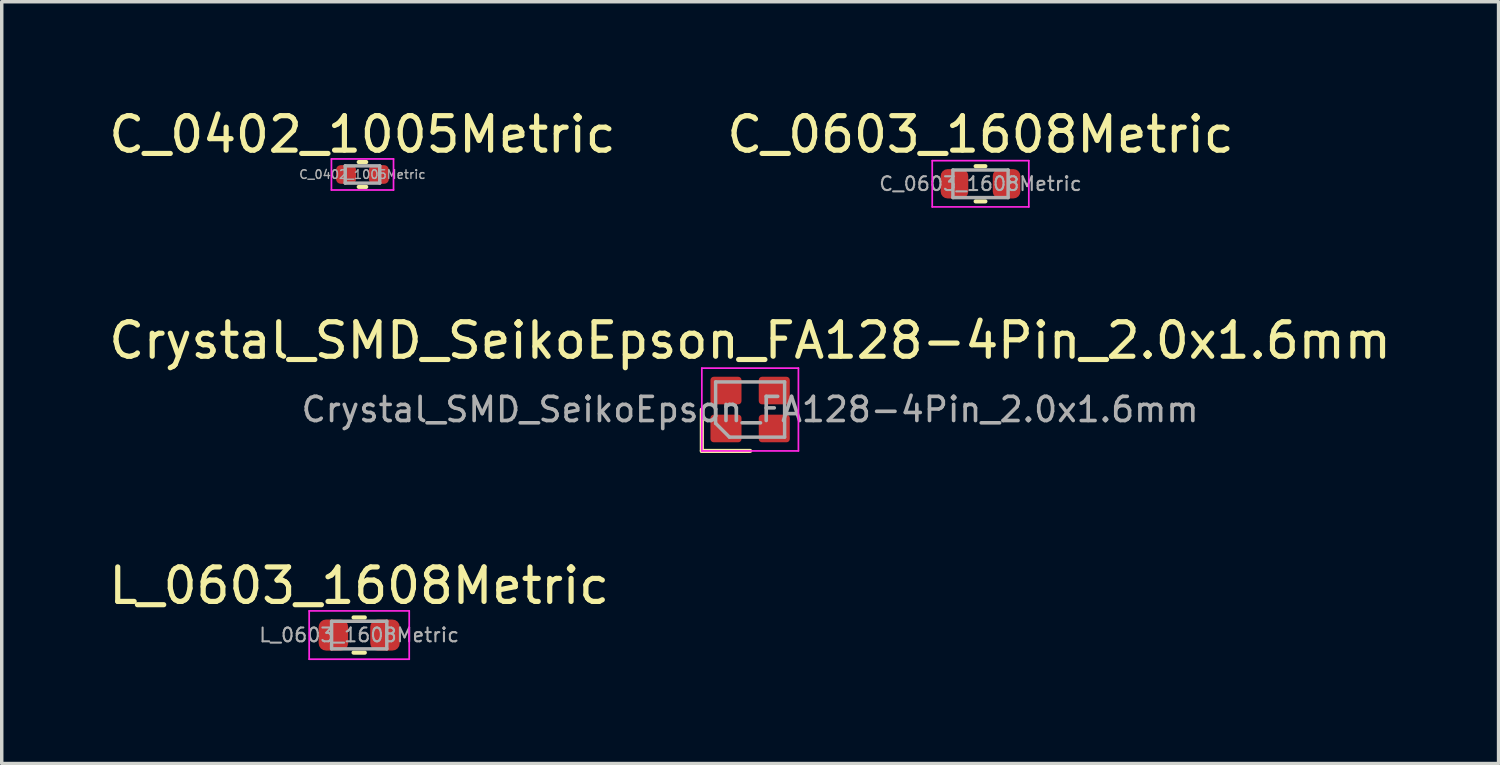
<source format=kicad_pcb>
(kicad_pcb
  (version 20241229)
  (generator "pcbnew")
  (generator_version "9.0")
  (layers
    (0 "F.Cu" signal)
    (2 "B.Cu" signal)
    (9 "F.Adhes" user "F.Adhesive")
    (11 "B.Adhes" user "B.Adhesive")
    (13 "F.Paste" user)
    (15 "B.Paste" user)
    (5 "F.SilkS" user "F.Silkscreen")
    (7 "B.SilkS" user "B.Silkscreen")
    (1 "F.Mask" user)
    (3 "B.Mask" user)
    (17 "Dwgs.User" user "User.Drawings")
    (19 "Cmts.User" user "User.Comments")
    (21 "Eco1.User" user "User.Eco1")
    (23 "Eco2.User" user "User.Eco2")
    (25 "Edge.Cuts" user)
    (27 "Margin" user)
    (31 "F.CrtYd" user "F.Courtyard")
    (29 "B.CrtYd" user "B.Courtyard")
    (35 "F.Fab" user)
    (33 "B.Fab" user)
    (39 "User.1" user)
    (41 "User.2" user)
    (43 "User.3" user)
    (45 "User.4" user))
  (footprint "C_0603_1608Metric"
    (layer "F.Cu")
    (at 25.375 2.278)
    (property "Reference" "C_0603_1608Metric" (at 0 -1.43 0) (layer "F.SilkS") (effects (font (size 1 1) (thickness 0.15))))
    (attr smd)
    (fp_line (start -0.141 -0.51) (end 0.141 -0.51) (stroke (width 0.12) (type solid)) (layer "F.SilkS"))
    (fp_line (start -0.141 0.51) (end 0.141 0.51) (stroke (width 0.12) (type solid)) (layer "F.SilkS"))
    (fp_line (start -1.4 -0.67) (end 1.4 -0.67) (stroke (width 0.05) (type solid)) (layer "F.CrtYd"))
    (fp_line (start -1.4 0.67) (end -1.4 -0.67) (stroke (width 0.05) (type solid)) (layer "F.CrtYd"))
    (fp_line (start 1.4 -0.67) (end 1.4 0.67) (stroke (width 0.05) (type solid)) (layer "F.CrtYd"))
    (fp_line (start 1.4 0.67) (end -1.4 0.67) (stroke (width 0.05) (type solid)) (layer "F.CrtYd"))
    (fp_line (start -0.8 -0.4) (end 0.8 -0.4) (stroke (width 0.1) (type solid)) (layer "F.Fab"))
    (fp_line (start -0.8 0.4) (end -0.8 -0.4) (stroke (width 0.1) (type solid)) (layer "F.Fab"))
    (fp_line (start 0.8 -0.4) (end 0.8 0.4) (stroke (width 0.1) (type solid)) (layer "F.Fab"))
    (fp_line (start 0.8 0.4) (end -0.8 0.4) (stroke (width 0.1) (type solid)) (layer "F.Fab"))
    (fp_text user "${REFERENCE}" (at 0 0 0) (layer "F.Fab") (effects (font (size 0.4 0.4) (thickness 0.06))))
    (pad "1" smd roundrect (at -0.755 0) (size 0.8 0.85) (layers "F.Cu" "F.Mask" "F.Paste") (roundrect_rratio 0.25))
    (pad "2" smd roundrect (at 0.755 0) (size 0.8 0.85) (layers "F.Cu" "F.Mask" "F.Paste") (roundrect_rratio 0.25)))
  (footprint "L_0603_1608Metric"
    (layer "F.Cu")
    (at 7.363 15.36)
    (property "Reference" "L_0603_1608Metric" (at 0 -1.43 0) (layer "F.SilkS") (effects (font (size 1 1) (thickness 0.15))))
    (attr smd)
    (fp_line (start -0.163 -0.51) (end 0.163 -0.51) (stroke (width 0.12) (type solid)) (layer "F.SilkS"))
    (fp_line (start -0.163 0.51) (end 0.163 0.51) (stroke (width 0.12) (type solid)) (layer "F.SilkS"))
    (fp_line (start -1.45 -0.7) (end 1.45 -0.7) (stroke (width 0.05) (type solid)) (layer "F.CrtYd"))
    (fp_line (start -1.45 0.7) (end -1.45 -0.7) (stroke (width 0.05) (type solid)) (layer "F.CrtYd"))
    (fp_line (start 1.45 -0.7) (end 1.45 0.7) (stroke (width 0.05) (type solid)) (layer "F.CrtYd"))
    (fp_line (start 1.45 0.7) (end -1.45 0.7) (stroke (width 0.05) (type solid)) (layer "F.CrtYd"))
    (fp_line (start -0.8 -0.4) (end 0.8 -0.4) (stroke (width 0.1) (type solid)) (layer "F.Fab"))
    (fp_line (start -0.8 0.4) (end -0.8 -0.4) (stroke (width 0.1) (type solid)) (layer "F.Fab"))
    (fp_line (start 0.8 -0.4) (end 0.8 0.4) (stroke (width 0.1) (type solid)) (layer "F.Fab"))
    (fp_line (start 0.8 0.4) (end -0.8 0.4) (stroke (width 0.1) (type solid)) (layer "F.Fab"))
    (fp_text user "${REFERENCE}" (at 0 0 0) (layer "F.Fab") (effects (font (size 0.4 0.4) (thickness 0.06))))
    (pad "1" smd roundrect (at -0.748 0) (size 0.855 0.9) (layers "F.Cu" "F.Mask" "F.Paste") (roundrect_rratio 0.25))
    (pad "2" smd roundrect (at 0.748 0) (size 0.855 0.9) (layers "F.Cu" "F.Mask" "F.Paste") (roundrect_rratio 0.25)))
  (footprint "C_0402_1005Metric"
    (layer "F.Cu")
    (at 7.458 2.008)
    (property "Reference" "C_0402_1005Metric" (at 0 -1.16 0) (layer "F.SilkS") (effects (font (size 1 1) (thickness 0.15))))
    (attr smd)
    (fp_line (start -0.108 -0.36) (end 0.108 -0.36) (stroke (width 0.12) (type solid)) (layer "F.SilkS"))
    (fp_line (start -0.108 0.36) (end 0.108 0.36) (stroke (width 0.12) (type solid)) (layer "F.SilkS"))
    (fp_line (start -0.9 -0.45) (end 0.9 -0.45) (stroke (width 0.05) (type solid)) (layer "F.CrtYd"))
    (fp_line (start -0.9 0.45) (end -0.9 -0.45) (stroke (width 0.05) (type solid)) (layer "F.CrtYd"))
    (fp_line (start 0.9 -0.45) (end 0.9 0.45) (stroke (width 0.05) (type solid)) (layer "F.CrtYd"))
    (fp_line (start 0.9 0.45) (end -0.9 0.45) (stroke (width 0.05) (type solid)) (layer "F.CrtYd"))
    (fp_line (start -0.5 -0.25) (end 0.5 -0.25) (stroke (width 0.1) (type solid)) (layer "F.Fab"))
    (fp_line (start -0.5 0.25) (end -0.5 -0.25) (stroke (width 0.1) (type solid)) (layer "F.Fab"))
    (fp_line (start 0.5 -0.25) (end 0.5 0.25) (stroke (width 0.1) (type solid)) (layer "F.Fab"))
    (fp_line (start 0.5 0.25) (end -0.5 0.25) (stroke (width 0.1) (type solid)) (layer "F.Fab"))
    (fp_text user "${REFERENCE}" (at 0 0 0) (layer "F.Fab") (effects (font (size 0.25 0.25) (thickness 0.04))))
    (pad "1" smd roundrect (at -0.475 0) (size 0.58 0.54) (layers "F.Cu" "F.Mask" "F.Paste") (roundrect_rratio 0.25))
    (pad "2" smd roundrect (at 0.475 0) (size 0.58 0.54) (layers "F.Cu" "F.Mask" "F.Paste") (roundrect_rratio 0.25)))
  (footprint "Crystal_SMD_SeikoEpson_FA128-4Pin_2.0x1.6mm"
    (layer "F.Cu")
    (at 18.696 8.822)
    (property "Reference" "Crystal_SMD_SeikoEpson_FA128-4Pin_2.0x1.6mm" (at 0 -2 0) (layer "F.SilkS") (effects (font (size 1 1) (thickness 0.15))))
    (attr smd)
    (fp_line (start -1.4 0) (end -1.4 1.2) (stroke (width 0.12) (type solid)) (layer "F.SilkS"))
    (fp_line (start -1.4 1.2) (end 0 1.2) (stroke (width 0.12) (type solid)) (layer "F.SilkS"))
    (fp_line (start -1.4 -1.2) (end -1.4 1.2) (stroke (width 0.05) (type solid)) (layer "F.CrtYd"))
    (fp_line (start -1.4 1.2) (end 1.4 1.2) (stroke (width 0.05) (type solid)) (layer "F.CrtYd"))
    (fp_line (start 1.4 -1.2) (end -1.4 -1.2) (stroke (width 0.05) (type solid)) (layer "F.CrtYd"))
    (fp_line (start 1.4 1.2) (end 1.4 -1.2) (stroke (width 0.05) (type solid)) (layer "F.CrtYd"))
    (fp_line (start -1 -0.8) (end 1 -0.8) (stroke (width 0.1) (type solid)) (layer "F.Fab"))
    (fp_line (start -1 0.4) (end -1 -0.8) (stroke (width 0.1) (type solid)) (layer "F.Fab"))
    (fp_line (start -1 0.4) (end -0.6 0.8) (stroke (width 0.1) (type solid)) (layer "F.Fab"))
    (fp_line (start 1 -0.8) (end 1 0.8) (stroke (width 0.1) (type solid)) (layer "F.Fab"))
    (fp_line (start 1 0.8) (end -0.6 0.8) (stroke (width 0.1) (type solid)) (layer "F.Fab"))
    (fp_text user "${REFERENCE}" (at 0 0 0) (layer "F.Fab") (effects (font (size 0.7 0.7) (thickness 0.105))))
    (pad "1" smd roundrect (at -0.7 0.55) (size 0.9 0.8) (layers "F.Cu" "F.Mask" "F.Paste") (roundrect_rratio 0.12))
    (pad "2" smd roundrect (at 0.7 0.55) (size 0.9 0.8) (layers "F.Cu" "F.Mask" "F.Paste") (roundrect_rratio 0.12))
    (pad "3" smd roundrect (at 0.7 -0.55) (size 0.9 0.8) (layers "F.Cu" "F.Mask" "F.Paste") (roundrect_rratio 0.12))
    (pad "4" smd roundrect (at -0.7 -0.55) (size 0.9 0.8) (layers "F.Cu" "F.Mask" "F.Paste") (roundrect_rratio 0.12)))
  (gr_rect
    (start -3 -3)
    (end 40.393 19.085)
    (stroke (width 0.1) (type default))
    (fill no)
    (layer "Edge.Cuts")))
</source>
